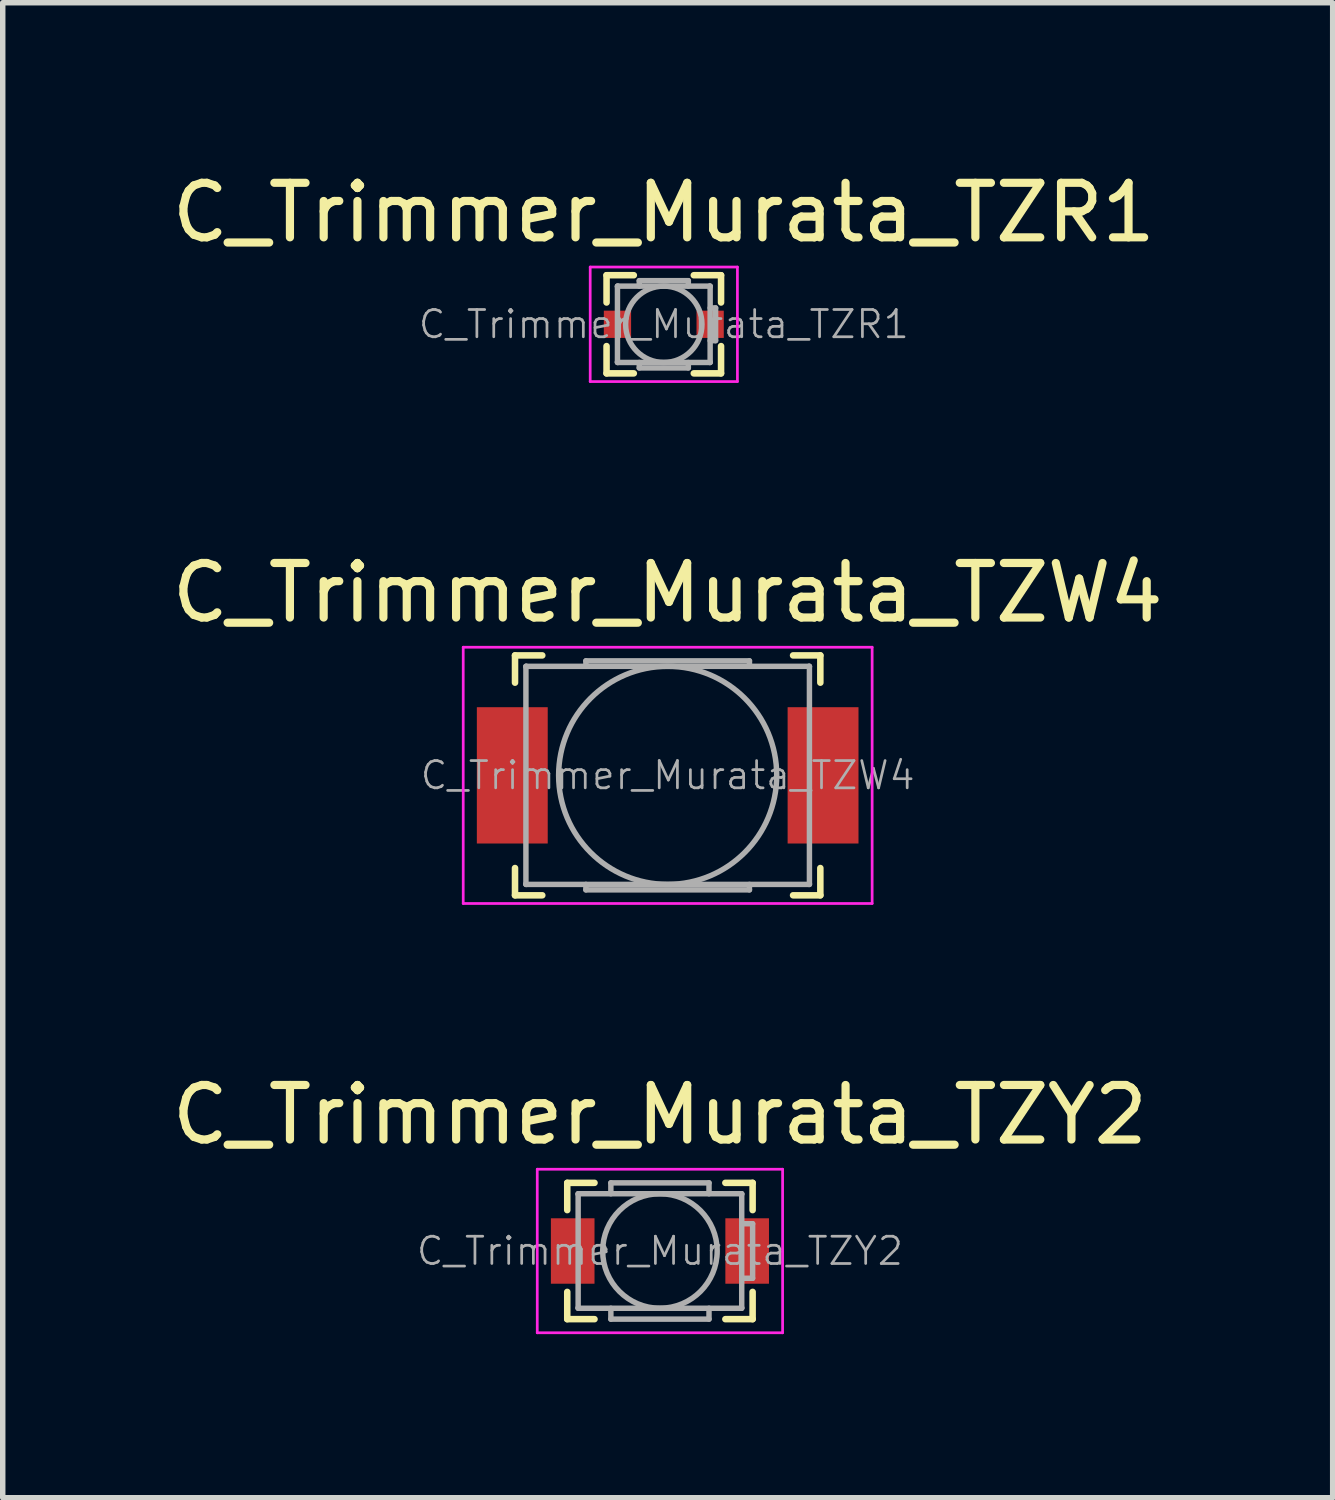
<source format=kicad_pcb>
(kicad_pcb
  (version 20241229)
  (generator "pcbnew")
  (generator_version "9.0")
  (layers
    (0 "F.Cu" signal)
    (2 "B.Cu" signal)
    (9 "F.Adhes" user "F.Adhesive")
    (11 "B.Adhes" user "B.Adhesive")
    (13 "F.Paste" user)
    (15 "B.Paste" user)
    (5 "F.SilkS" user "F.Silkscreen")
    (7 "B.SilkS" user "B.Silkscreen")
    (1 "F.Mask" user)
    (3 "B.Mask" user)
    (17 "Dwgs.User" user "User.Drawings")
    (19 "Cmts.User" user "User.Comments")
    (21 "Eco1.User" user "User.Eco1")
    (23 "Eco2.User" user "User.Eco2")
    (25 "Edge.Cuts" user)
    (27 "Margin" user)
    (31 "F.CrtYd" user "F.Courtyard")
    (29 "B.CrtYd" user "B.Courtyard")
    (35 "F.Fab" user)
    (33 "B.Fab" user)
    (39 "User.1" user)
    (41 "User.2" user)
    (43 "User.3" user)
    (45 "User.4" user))
  (footprint "C_Trimmer_Murata_TZW4"
    (layer "F.Cu")
    (at 9.196 11.171)
    (property "Reference" "C_Trimmer_Murata_TZW4" (at 0 -3.35 0) (layer "F.SilkS") (effects (font (size 1 1) (thickness 0.15))))
    (attr smd)
    (fp_line (start -2.8 -2.2) (end -2.8 -1.7) (stroke (width 0.12) (type solid)) (layer "F.SilkS"))
    (fp_line (start -2.8 -2.2) (end -2.3 -2.2) (stroke (width 0.12) (type solid)) (layer "F.SilkS"))
    (fp_line (start -2.8 2.2) (end -2.8 1.7) (stroke (width 0.12) (type solid)) (layer "F.SilkS"))
    (fp_line (start -2.8 2.2) (end -2.3 2.2) (stroke (width 0.12) (type solid)) (layer "F.SilkS"))
    (fp_line (start 2.8 -2.2) (end 2.3 -2.2) (stroke (width 0.12) (type solid)) (layer "F.SilkS"))
    (fp_line (start 2.8 -2.2) (end 2.8 -1.7) (stroke (width 0.12) (type solid)) (layer "F.SilkS"))
    (fp_line (start 2.8 2.2) (end 2.3 2.2) (stroke (width 0.12) (type solid)) (layer "F.SilkS"))
    (fp_line (start 2.8 2.2) (end 2.8 1.7) (stroke (width 0.12) (type solid)) (layer "F.SilkS"))
    (fp_line (start -3.75 -2.35) (end -3.75 2.35) (stroke (width 0.05) (type solid)) (layer "F.CrtYd"))
    (fp_line (start -3.75 2.35) (end 3.75 2.35) (stroke (width 0.05) (type solid)) (layer "F.CrtYd"))
    (fp_line (start 3.75 -2.35) (end -3.75 -2.35) (stroke (width 0.05) (type solid)) (layer "F.CrtYd"))
    (fp_line (start 3.75 2.35) (end 3.75 -2.35) (stroke (width 0.05) (type solid)) (layer "F.CrtYd"))
    (fp_line (start -2.6 -2) (end -2.59 -2) (stroke (width 0.1) (type solid)) (layer "F.Fab"))
    (fp_line (start -2.6 -1.99) (end -2.6 -2) (stroke (width 0.1) (type solid)) (layer "F.Fab"))
    (fp_line (start -2.6 1.99) (end -2.6 -1.99) (stroke (width 0.1) (type solid)) (layer "F.Fab"))
    (fp_line (start -2.6 2) (end -2.6 1.99) (stroke (width 0.1) (type solid)) (layer "F.Fab"))
    (fp_line (start -2.59 -2) (end 2.59 -2) (stroke (width 0.1) (type solid)) (layer "F.Fab"))
    (fp_line (start -2.59 2) (end -2.6 2) (stroke (width 0.1) (type solid)) (layer "F.Fab"))
    (fp_line (start -1.5 -2.1) (end 1.5 -2.1) (stroke (width 0.1) (type solid)) (layer "F.Fab"))
    (fp_line (start -1.5 -2) (end -1.5 -2.1) (stroke (width 0.1) (type solid)) (layer "F.Fab"))
    (fp_line (start -1.5 2) (end -1.5 2.1) (stroke (width 0.1) (type solid)) (layer "F.Fab"))
    (fp_line (start -1.5 2.1) (end 1.5 2.1) (stroke (width 0.1) (type solid)) (layer "F.Fab"))
    (fp_line (start 1.5 -2.1) (end 1.5 -2) (stroke (width 0.1) (type solid)) (layer "F.Fab"))
    (fp_line (start 1.5 2.1) (end 1.5 2) (stroke (width 0.1) (type solid)) (layer "F.Fab"))
    (fp_line (start 2.59 -2) (end 2.6 -2) (stroke (width 0.1) (type solid)) (layer "F.Fab"))
    (fp_line (start 2.59 2) (end -2.59 2) (stroke (width 0.1) (type solid)) (layer "F.Fab"))
    (fp_line (start 2.6 -2) (end 2.6 -1.99) (stroke (width 0.1) (type solid)) (layer "F.Fab"))
    (fp_line (start 2.6 -1.99) (end 2.6 1.99) (stroke (width 0.1) (type solid)) (layer "F.Fab"))
    (fp_line (start 2.6 1.99) (end 2.6 2) (stroke (width 0.1) (type solid)) (layer "F.Fab"))
    (fp_line (start 2.6 2) (end 2.59 2) (stroke (width 0.1) (type solid)) (layer "F.Fab"))
    (fp_circle (center 0 0) (end 2 0) (stroke (width 0.1) (type solid)) (fill no) (layer "F.Fab"))
    (fp_text user "${REFERENCE}" (at 0 0 0) (layer "F.Fab") (effects (font (size 0.5 0.5) (thickness 0.05))))
    (pad "1" smd rect (at -2.85 0) (size 1.3 2.5) (layers "F.Cu" "F.Mask" "F.Paste"))
    (pad "2" smd rect (at 2.85 0) (size 1.3 2.5) (layers "F.Cu" "F.Mask" "F.Paste")))
  (footprint "C_Trimmer_Murata_TZY2"
    (layer "F.Cu")
    (at 9.054 19.895)
    (property "Reference" "C_Trimmer_Murata_TZY2" (at 0 -2.5 0) (layer "F.SilkS") (effects (font (size 1 1) (thickness 0.15))))
    (attr smd)
    (fp_line (start -1.7 -1.25) (end -1.7 -0.75) (stroke (width 0.12) (type solid)) (layer "F.SilkS"))
    (fp_line (start -1.7 -1.25) (end -1.2 -1.25) (stroke (width 0.12) (type solid)) (layer "F.SilkS"))
    (fp_line (start -1.7 1.25) (end -1.7 0.75) (stroke (width 0.12) (type solid)) (layer "F.SilkS"))
    (fp_line (start -1.7 1.25) (end -1.2 1.25) (stroke (width 0.12) (type solid)) (layer "F.SilkS"))
    (fp_line (start 1.7 -1.25) (end 1.2 -1.25) (stroke (width 0.12) (type solid)) (layer "F.SilkS"))
    (fp_line (start 1.7 -1.25) (end 1.7 -0.75) (stroke (width 0.12) (type solid)) (layer "F.SilkS"))
    (fp_line (start 1.7 1.25) (end 1.2 1.25) (stroke (width 0.12) (type solid)) (layer "F.SilkS"))
    (fp_line (start 1.7 1.25) (end 1.7 0.75) (stroke (width 0.12) (type solid)) (layer "F.SilkS"))
    (fp_line (start -2.25 -1.5) (end -2.25 1.5) (stroke (width 0.05) (type solid)) (layer "F.CrtYd"))
    (fp_line (start -2.25 1.5) (end 2.25 1.5) (stroke (width 0.05) (type solid)) (layer "F.CrtYd"))
    (fp_line (start 2.25 -1.5) (end -2.25 -1.5) (stroke (width 0.05) (type solid)) (layer "F.CrtYd"))
    (fp_line (start 2.25 1.5) (end 2.25 -1.5) (stroke (width 0.05) (type solid)) (layer "F.CrtYd"))
    (fp_line (start -1.5 -1.05) (end -1.49 -1.05) (stroke (width 0.1) (type solid)) (layer "F.Fab"))
    (fp_line (start -1.5 -1.04) (end -1.5 -1.05) (stroke (width 0.1) (type solid)) (layer "F.Fab"))
    (fp_line (start -1.5 1.04) (end -1.5 -1.04) (stroke (width 0.1) (type solid)) (layer "F.Fab"))
    (fp_line (start -1.5 1.05) (end -1.5 1.04) (stroke (width 0.1) (type solid)) (layer "F.Fab"))
    (fp_line (start -1.49 -1.05) (end 1.49 -1.05) (stroke (width 0.1) (type solid)) (layer "F.Fab"))
    (fp_line (start -1.49 1.05) (end -1.5 1.05) (stroke (width 0.1) (type solid)) (layer "F.Fab"))
    (fp_line (start -0.9 -1.25) (end 0.9 -1.25) (stroke (width 0.1) (type solid)) (layer "F.Fab"))
    (fp_line (start -0.9 -1.05) (end -0.9 -1.25) (stroke (width 0.1) (type solid)) (layer "F.Fab"))
    (fp_line (start -0.9 1.05) (end -0.9 1.25) (stroke (width 0.1) (type solid)) (layer "F.Fab"))
    (fp_line (start -0.9 1.25) (end 0.9 1.25) (stroke (width 0.1) (type solid)) (layer "F.Fab"))
    (fp_line (start 0.9 -1.25) (end 0.9 -1.05) (stroke (width 0.1) (type solid)) (layer "F.Fab"))
    (fp_line (start 0.9 1.25) (end 0.9 1.05) (stroke (width 0.1) (type solid)) (layer "F.Fab"))
    (fp_line (start 1.49 -1.05) (end 1.5 -1.05) (stroke (width 0.1) (type solid)) (layer "F.Fab"))
    (fp_line (start 1.49 1.05) (end -1.49 1.05) (stroke (width 0.1) (type solid)) (layer "F.Fab"))
    (fp_line (start 1.5 -1.05) (end 1.5 -1.04) (stroke (width 0.1) (type solid)) (layer "F.Fab"))
    (fp_line (start 1.5 -1.04) (end 1.5 1.04) (stroke (width 0.1) (type solid)) (layer "F.Fab"))
    (fp_line (start 1.5 -0.5) (end 1.7 -0.5) (stroke (width 0.1) (type solid)) (layer "F.Fab"))
    (fp_line (start 1.5 1.04) (end 1.5 1.05) (stroke (width 0.1) (type solid)) (layer "F.Fab"))
    (fp_line (start 1.5 1.05) (end 1.49 1.05) (stroke (width 0.1) (type solid)) (layer "F.Fab"))
    (fp_line (start 1.7 -0.5) (end 1.7 0.5) (stroke (width 0.1) (type solid)) (layer "F.Fab"))
    (fp_line (start 1.7 0.5) (end 1.5 0.5) (stroke (width 0.1) (type solid)) (layer "F.Fab"))
    (fp_circle (center 0 0) (end 1.05 0) (stroke (width 0.1) (type solid)) (fill no) (layer "F.Fab"))
    (fp_text user "${REFERENCE}" (at 0 0 0) (layer "F.Fab") (effects (font (size 0.5 0.5) (thickness 0.05))))
    (pad "1" smd rect (at -1.6 0) (size 0.8 1.2) (layers "F.Cu" "F.Mask" "F.Paste"))
    (pad "2" smd rect (at 1.6 0) (size 0.8 1.2) (layers "F.Cu" "F.Mask" "F.Paste")))
  (footprint "C_Trimmer_Murata_TZR1"
    (layer "F.Cu")
    (at 9.125 2.898)
    (property "Reference" "C_Trimmer_Murata_TZR1" (at 0 -2.05 0) (layer "F.SilkS") (effects (font (size 1 1) (thickness 0.15))))
    (attr smd)
    (fp_line (start -1.05 -0.9) (end -1.05 -0.4) (stroke (width 0.12) (type solid)) (layer "F.SilkS"))
    (fp_line (start -1.05 -0.9) (end -0.55 -0.9) (stroke (width 0.12) (type solid)) (layer "F.SilkS"))
    (fp_line (start -1.05 0.9) (end -1.05 0.4) (stroke (width 0.12) (type solid)) (layer "F.SilkS"))
    (fp_line (start -1.05 0.9) (end -0.55 0.9) (stroke (width 0.12) (type solid)) (layer "F.SilkS"))
    (fp_line (start 1.05 -0.9) (end 0.55 -0.9) (stroke (width 0.12) (type solid)) (layer "F.SilkS"))
    (fp_line (start 1.05 -0.9) (end 1.05 -0.4) (stroke (width 0.12) (type solid)) (layer "F.SilkS"))
    (fp_line (start 1.05 0.9) (end 0.55 0.9) (stroke (width 0.12) (type solid)) (layer "F.SilkS"))
    (fp_line (start 1.05 0.9) (end 1.05 0.4) (stroke (width 0.12) (type solid)) (layer "F.SilkS"))
    (fp_line (start -1.35 -1.05) (end -1.35 1.05) (stroke (width 0.05) (type solid)) (layer "F.CrtYd"))
    (fp_line (start -1.35 1.05) (end 1.35 1.05) (stroke (width 0.05) (type solid)) (layer "F.CrtYd"))
    (fp_line (start 1.35 -1.05) (end -1.35 -1.05) (stroke (width 0.05) (type solid)) (layer "F.CrtYd"))
    (fp_line (start 1.35 1.05) (end 1.35 -1.05) (stroke (width 0.05) (type solid)) (layer "F.CrtYd"))
    (fp_line (start -0.85 -0.7) (end -0.84 -0.7) (stroke (width 0.1) (type solid)) (layer "F.Fab"))
    (fp_line (start -0.85 -0.69) (end -0.85 -0.7) (stroke (width 0.1) (type solid)) (layer "F.Fab"))
    (fp_line (start -0.85 0.69) (end -0.85 -0.69) (stroke (width 0.1) (type solid)) (layer "F.Fab"))
    (fp_line (start -0.85 0.7) (end -0.85 0.69) (stroke (width 0.1) (type solid)) (layer "F.Fab"))
    (fp_line (start -0.84 -0.7) (end 0.84 -0.7) (stroke (width 0.1) (type solid)) (layer "F.Fab"))
    (fp_line (start -0.84 0.7) (end -0.85 0.7) (stroke (width 0.1) (type solid)) (layer "F.Fab"))
    (fp_line (start -0.45 -0.8) (end 0.45 -0.8) (stroke (width 0.1) (type solid)) (layer "F.Fab"))
    (fp_line (start -0.45 -0.7) (end -0.45 -0.8) (stroke (width 0.1) (type solid)) (layer "F.Fab"))
    (fp_line (start -0.45 0.7) (end -0.45 0.8) (stroke (width 0.1) (type solid)) (layer "F.Fab"))
    (fp_line (start -0.45 0.8) (end 0.45 0.8) (stroke (width 0.1) (type solid)) (layer "F.Fab"))
    (fp_line (start 0.45 -0.8) (end 0.45 -0.7) (stroke (width 0.1) (type solid)) (layer "F.Fab"))
    (fp_line (start 0.45 0.8) (end 0.45 0.7) (stroke (width 0.1) (type solid)) (layer "F.Fab"))
    (fp_line (start 0.84 -0.7) (end 0.85 -0.7) (stroke (width 0.1) (type solid)) (layer "F.Fab"))
    (fp_line (start 0.84 0.7) (end -0.84 0.7) (stroke (width 0.1) (type solid)) (layer "F.Fab"))
    (fp_line (start 0.85 -0.7) (end 0.85 -0.69) (stroke (width 0.1) (type solid)) (layer "F.Fab"))
    (fp_line (start 0.85 -0.69) (end 0.85 0.69) (stroke (width 0.1) (type solid)) (layer "F.Fab"))
    (fp_line (start 0.85 -0.3) (end 0.95 -0.3) (stroke (width 0.1) (type solid)) (layer "F.Fab"))
    (fp_line (start 0.85 0.69) (end 0.85 0.7) (stroke (width 0.1) (type solid)) (layer "F.Fab"))
    (fp_line (start 0.85 0.7) (end 0.84 0.7) (stroke (width 0.1) (type solid)) (layer "F.Fab"))
    (fp_line (start 0.95 -0.3) (end 0.95 0.3) (stroke (width 0.1) (type solid)) (layer "F.Fab"))
    (fp_line (start 0.95 0.3) (end 0.85 0.3) (stroke (width 0.1) (type solid)) (layer "F.Fab"))
    (fp_circle (center 0 0) (end 0.7 0) (stroke (width 0.1) (type solid)) (fill no) (layer "F.Fab"))
    (fp_text user "${REFERENCE}" (at 0 0 0) (layer "F.Fab") (effects (font (size 0.5 0.5) (thickness 0.05))))
    (pad "1" smd rect (at -0.85 0) (size 0.5 0.5) (layers "F.Cu" "F.Mask" "F.Paste"))
    (pad "2" smd rect (at 0.85 0) (size 0.5 0.5) (layers "F.Cu" "F.Mask" "F.Paste")))
  (gr_rect
    (start -3 -3)
    (end 21.393 24.42)
    (stroke (width 0.1) (type default))
    (fill no)
    (layer "Edge.Cuts")))
</source>
